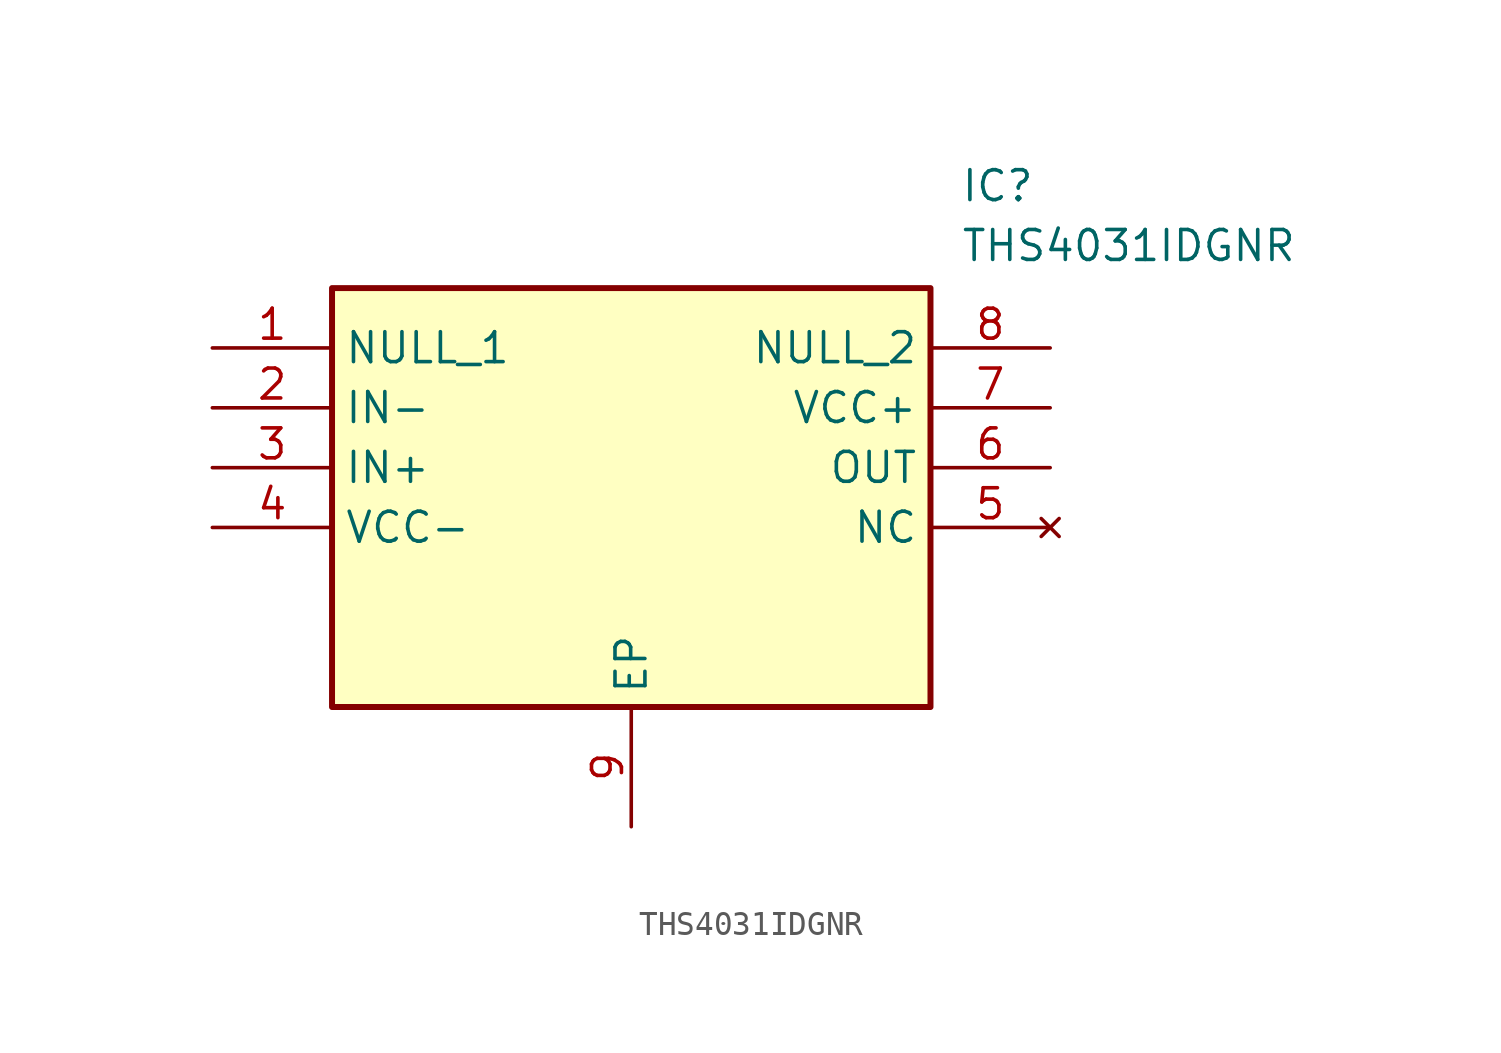
<source format=kicad_sym>
(kicad_symbol_lib
  (version 20211014)
  (generator SamacSys_ECAD_Model)
  (symbol "THS4031IDGNR"
    (property "Reference" "IC"
      (at 31.75 7.62 0)
      (effects (font (size 1.27 1.27)) (justify left top)))
    (property "Value" "THS4031IDGNR"
      (at 31.75 5.08 0)
      (effects (font (size 1.27 1.27)) (justify left top)))
    (rectangle
      (start 5.08 2.54)
      (end 30.48 -15.24)
      (stroke (width 0.254) (type default))
      (fill (type background)))
    (pin passive line
      (at 0 0 0)
      (length 5.08)
      (name "NULL_1" (effects (font (size 1.27 1.27))))
      (number "1" (effects (font (size 1.27 1.27)))))
    (pin passive line
      (at 0 -2.54 0)
      (length 5.08)
      (name "IN-" (effects (font (size 1.27 1.27))))
      (number "2" (effects (font (size 1.27 1.27)))))
    (pin passive line
      (at 0 -5.08 0)
      (length 5.08)
      (name "IN+" (effects (font (size 1.27 1.27))))
      (number "3" (effects (font (size 1.27 1.27)))))
    (pin passive line
      (at 0 -7.62 0)
      (length 5.08)
      (name "VCC-" (effects (font (size 1.27 1.27))))
      (number "4" (effects (font (size 1.27 1.27)))))
    (pin passive line
      (at 17.78 -20.32 90)
      (length 5.08)
      (name "EP" (effects (font (size 1.27 1.27))))
      (number "9" (effects (font (size 1.27 1.27)))))
    (pin passive line
      (at 35.56 0 180)
      (length 5.08)
      (name "NULL_2" (effects (font (size 1.27 1.27))))
      (number "8" (effects (font (size 1.27 1.27)))))
    (pin passive line
      (at 35.56 -2.54 180)
      (length 5.08)
      (name "VCC+" (effects (font (size 1.27 1.27))))
      (number "7" (effects (font (size 1.27 1.27)))))
    (pin passive line
      (at 35.56 -5.08 180)
      (length 5.08)
      (name "OUT" (effects (font (size 1.27 1.27))))
      (number "6" (effects (font (size 1.27 1.27)))))
    (pin no_connect line
      (at 35.56 -7.62 180)
      (length 5.08)
      (name "NC" (effects (font (size 1.27 1.27))))
      (number "5" (effects (font (size 1.27 1.27)))))))
</source>
